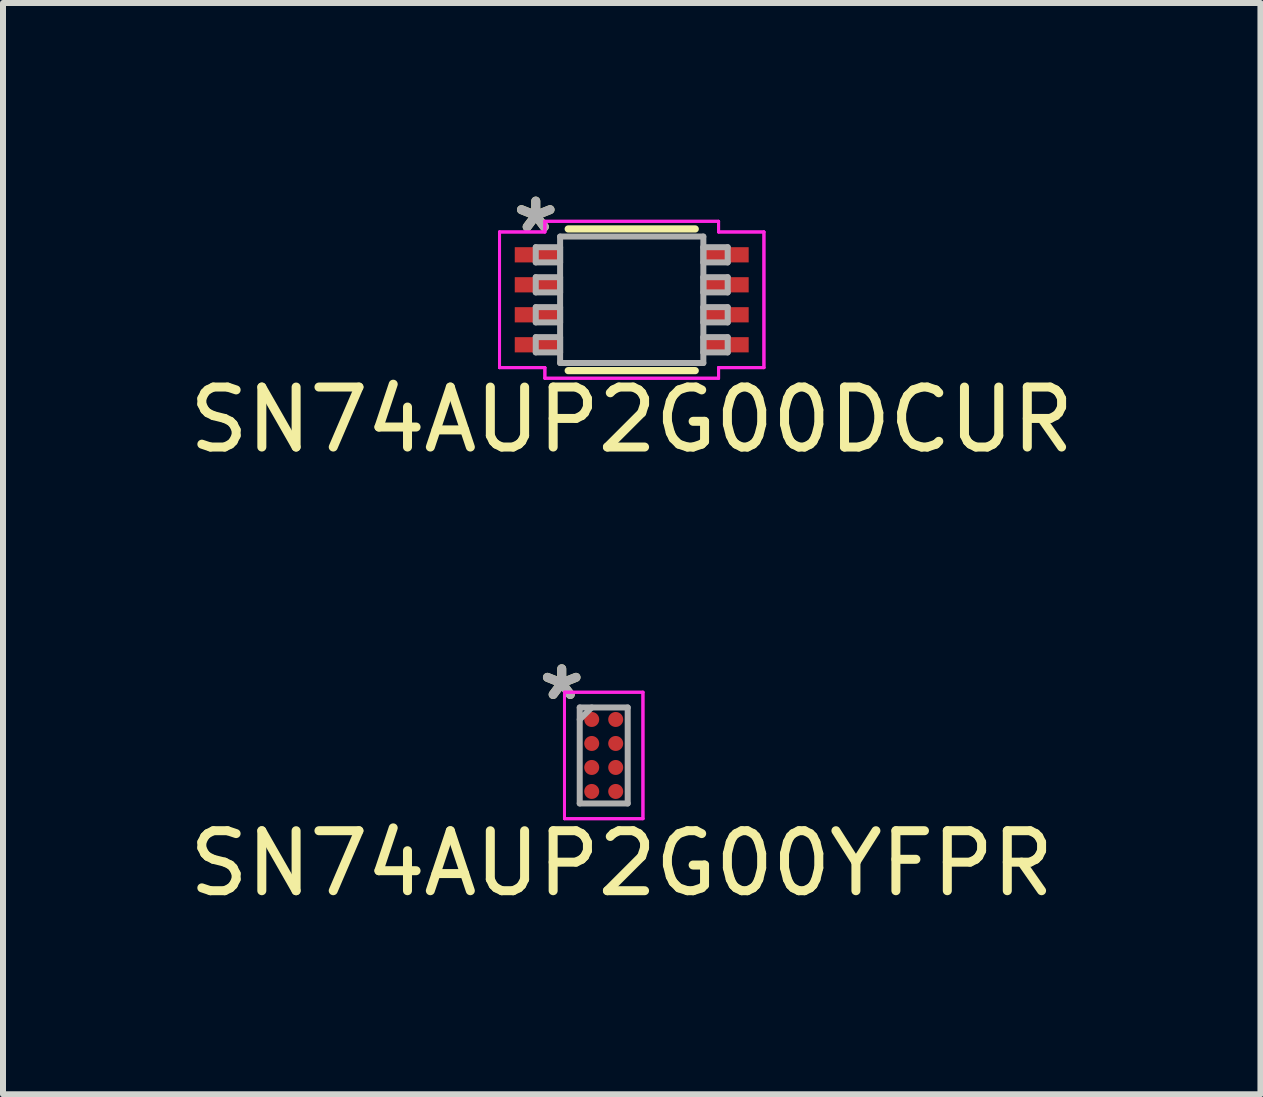
<source format=kicad_pcb>
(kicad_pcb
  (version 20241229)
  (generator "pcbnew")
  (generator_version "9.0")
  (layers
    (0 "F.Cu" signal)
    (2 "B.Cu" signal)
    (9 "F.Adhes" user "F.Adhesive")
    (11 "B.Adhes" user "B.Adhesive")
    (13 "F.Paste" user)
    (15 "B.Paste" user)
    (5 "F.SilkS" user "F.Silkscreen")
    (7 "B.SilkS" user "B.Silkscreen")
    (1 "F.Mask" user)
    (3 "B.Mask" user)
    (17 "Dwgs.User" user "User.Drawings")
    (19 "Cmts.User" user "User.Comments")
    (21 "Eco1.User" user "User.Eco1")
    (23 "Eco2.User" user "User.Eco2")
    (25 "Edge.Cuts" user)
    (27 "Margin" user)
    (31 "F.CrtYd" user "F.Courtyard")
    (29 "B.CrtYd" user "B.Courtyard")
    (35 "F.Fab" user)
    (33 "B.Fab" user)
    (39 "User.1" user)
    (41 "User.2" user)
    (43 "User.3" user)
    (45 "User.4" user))
  (footprint "SN74AUP2G00DCUR"
    (layer "F.Cu")
    (at 7.482 1.948)
    (property "Reference" "SN74AUP2G00DCUR" (at 0 2 0) (layer "F.SilkS") (effects (font (size 1 1) (thickness 0.15))))
    (attr through_hole)
    (fp_line (start -1.059 1.181) (end 1.059 1.181) (stroke (width 0.12) (type solid)) (layer "F.SilkS"))
    (fp_line (start 1.059 -1.181) (end -1.059 -1.181) (stroke (width 0.12) (type solid)) (layer "F.SilkS"))
    (fp_line (start -2.204 -1.131) (end -1.448 -1.131) (stroke (width 0.05) (type solid)) (layer "F.CrtYd"))
    (fp_line (start -2.204 -1.131) (end -1.448 -1.131) (stroke (width 0.05) (type solid)) (layer "F.CrtYd"))
    (fp_line (start -2.204 1.131) (end -2.204 -1.131) (stroke (width 0.05) (type solid)) (layer "F.CrtYd"))
    (fp_line (start -2.204 1.131) (end -2.204 -1.131) (stroke (width 0.05) (type solid)) (layer "F.CrtYd"))
    (fp_line (start -2.204 1.131) (end -1.448 1.131) (stroke (width 0.05) (type solid)) (layer "F.CrtYd"))
    (fp_line (start -1.448 -1.308) (end 1.448 -1.308) (stroke (width 0.05) (type solid)) (layer "F.CrtYd"))
    (fp_line (start -1.448 -1.308) (end 1.448 -1.308) (stroke (width 0.05) (type solid)) (layer "F.CrtYd"))
    (fp_line (start -1.448 -1.131) (end -1.448 -1.308) (stroke (width 0.05) (type solid)) (layer "F.CrtYd"))
    (fp_line (start -1.448 -1.131) (end -1.448 -1.308) (stroke (width 0.05) (type solid)) (layer "F.CrtYd"))
    (fp_line (start -1.448 1.131) (end -2.204 1.131) (stroke (width 0.05) (type solid)) (layer "F.CrtYd"))
    (fp_line (start -1.448 1.308) (end -1.448 1.131) (stroke (width 0.05) (type solid)) (layer "F.CrtYd"))
    (fp_line (start -1.448 1.308) (end -1.448 1.131) (stroke (width 0.05) (type solid)) (layer "F.CrtYd"))
    (fp_line (start 1.448 -1.308) (end 1.448 -1.131) (stroke (width 0.05) (type solid)) (layer "F.CrtYd"))
    (fp_line (start 1.448 -1.308) (end 1.448 -1.131) (stroke (width 0.05) (type solid)) (layer "F.CrtYd"))
    (fp_line (start 1.448 -1.131) (end 2.204 -1.131) (stroke (width 0.05) (type solid)) (layer "F.CrtYd"))
    (fp_line (start 1.448 1.131) (end 1.448 1.308) (stroke (width 0.05) (type solid)) (layer "F.CrtYd"))
    (fp_line (start 1.448 1.131) (end 1.448 1.308) (stroke (width 0.05) (type solid)) (layer "F.CrtYd"))
    (fp_line (start 1.448 1.308) (end -1.448 1.308) (stroke (width 0.05) (type solid)) (layer "F.CrtYd"))
    (fp_line (start 1.448 1.308) (end -1.448 1.308) (stroke (width 0.05) (type solid)) (layer "F.CrtYd"))
    (fp_line (start 2.204 -1.131) (end 1.448 -1.131) (stroke (width 0.05) (type solid)) (layer "F.CrtYd"))
    (fp_line (start 2.204 -1.131) (end 2.204 1.131) (stroke (width 0.05) (type solid)) (layer "F.CrtYd"))
    (fp_line (start 2.204 -1.131) (end 2.204 1.131) (stroke (width 0.05) (type solid)) (layer "F.CrtYd"))
    (fp_line (start 2.204 1.131) (end 1.448 1.131) (stroke (width 0.05) (type solid)) (layer "F.CrtYd"))
    (fp_line (start 2.204 1.131) (end 1.448 1.131) (stroke (width 0.05) (type solid)) (layer "F.CrtYd"))
    (fp_line (start -1.6 -0.877) (end -1.6 -0.623) (stroke (width 0.1) (type solid)) (layer "F.Fab"))
    (fp_line (start -1.6 -0.623) (end -1.194 -0.623) (stroke (width 0.1) (type solid)) (layer "F.Fab"))
    (fp_line (start -1.6 -0.377) (end -1.6 -0.123) (stroke (width 0.1) (type solid)) (layer "F.Fab"))
    (fp_line (start -1.6 -0.123) (end -1.194 -0.123) (stroke (width 0.1) (type solid)) (layer "F.Fab"))
    (fp_line (start -1.6 0.123) (end -1.6 0.377) (stroke (width 0.1) (type solid)) (layer "F.Fab"))
    (fp_line (start -1.6 0.377) (end -1.194 0.377) (stroke (width 0.1) (type solid)) (layer "F.Fab"))
    (fp_line (start -1.6 0.623) (end -1.6 0.877) (stroke (width 0.1) (type solid)) (layer "F.Fab"))
    (fp_line (start -1.6 0.877) (end -1.194 0.877) (stroke (width 0.1) (type solid)) (layer "F.Fab"))
    (fp_line (start -1.194 -1.054) (end -1.194 1.054) (stroke (width 0.1) (type solid)) (layer "F.Fab"))
    (fp_line (start -1.194 -0.877) (end -1.6 -0.877) (stroke (width 0.1) (type solid)) (layer "F.Fab"))
    (fp_line (start -1.194 -0.623) (end -1.194 -0.877) (stroke (width 0.1) (type solid)) (layer "F.Fab"))
    (fp_line (start -1.194 -0.377) (end -1.6 -0.377) (stroke (width 0.1) (type solid)) (layer "F.Fab"))
    (fp_line (start -1.194 -0.123) (end -1.194 -0.377) (stroke (width 0.1) (type solid)) (layer "F.Fab"))
    (fp_line (start -1.194 0.123) (end -1.6 0.123) (stroke (width 0.1) (type solid)) (layer "F.Fab"))
    (fp_line (start -1.194 0.377) (end -1.194 0.123) (stroke (width 0.1) (type solid)) (layer "F.Fab"))
    (fp_line (start -1.194 0.623) (end -1.6 0.623) (stroke (width 0.1) (type solid)) (layer "F.Fab"))
    (fp_line (start -1.194 0.877) (end -1.194 0.623) (stroke (width 0.1) (type solid)) (layer "F.Fab"))
    (fp_line (start -1.194 1.054) (end 1.194 1.054) (stroke (width 0.1) (type solid)) (layer "F.Fab"))
    (fp_line (start 1.194 -1.054) (end -1.194 -1.054) (stroke (width 0.1) (type solid)) (layer "F.Fab"))
    (fp_line (start 1.194 -0.877) (end 1.194 -0.623) (stroke (width 0.1) (type solid)) (layer "F.Fab"))
    (fp_line (start 1.194 -0.623) (end 1.6 -0.623) (stroke (width 0.1) (type solid)) (layer "F.Fab"))
    (fp_line (start 1.194 -0.377) (end 1.194 -0.123) (stroke (width 0.1) (type solid)) (layer "F.Fab"))
    (fp_line (start 1.194 -0.123) (end 1.6 -0.123) (stroke (width 0.1) (type solid)) (layer "F.Fab"))
    (fp_line (start 1.194 0.123) (end 1.194 0.377) (stroke (width 0.1) (type solid)) (layer "F.Fab"))
    (fp_line (start 1.194 0.377) (end 1.6 0.377) (stroke (width 0.1) (type solid)) (layer "F.Fab"))
    (fp_line (start 1.194 0.623) (end 1.194 0.877) (stroke (width 0.1) (type solid)) (layer "F.Fab"))
    (fp_line (start 1.194 0.877) (end 1.6 0.877) (stroke (width 0.1) (type solid)) (layer "F.Fab"))
    (fp_line (start 1.194 1.054) (end 1.194 -1.054) (stroke (width 0.1) (type solid)) (layer "F.Fab"))
    (fp_line (start 1.6 -0.877) (end 1.194 -0.877) (stroke (width 0.1) (type solid)) (layer "F.Fab"))
    (fp_line (start 1.6 -0.623) (end 1.6 -0.877) (stroke (width 0.1) (type solid)) (layer "F.Fab"))
    (fp_line (start 1.6 -0.377) (end 1.194 -0.377) (stroke (width 0.1) (type solid)) (layer "F.Fab"))
    (fp_line (start 1.6 -0.123) (end 1.6 -0.377) (stroke (width 0.1) (type solid)) (layer "F.Fab"))
    (fp_line (start 1.6 0.123) (end 1.194 0.123) (stroke (width 0.1) (type solid)) (layer "F.Fab"))
    (fp_line (start 1.6 0.377) (end 1.6 0.123) (stroke (width 0.1) (type solid)) (layer "F.Fab"))
    (fp_line (start 1.6 0.623) (end 1.194 0.623) (stroke (width 0.1) (type solid)) (layer "F.Fab"))
    (fp_line (start 1.6 0.877) (end 1.6 0.623) (stroke (width 0.1) (type solid)) (layer "F.Fab"))
    (fp_text user "*" (at -1.6 -1.1 0) (layer "F.SilkS") (effects (font (size 1 1) (thickness 0.15))))
    (fp_text user "*" (at -1.6 -1.1 0) (layer "F.Fab") (effects (font (size 1 1) (thickness 0.15))))
    (pad "1" smd rect (at -1.572 -0.75) (size 0.756 0.254) (layers "F.Cu" "F.Mask" "F.Paste"))
    (pad "2" smd rect (at -1.572 -0.25) (size 0.756 0.254) (layers "F.Cu" "F.Mask" "F.Paste"))
    (pad "3" smd rect (at -1.572 0.25) (size 0.756 0.254) (layers "F.Cu" "F.Mask" "F.Paste"))
    (pad "4" smd rect (at -1.572 0.75) (size 0.756 0.254) (layers "F.Cu" "F.Mask" "F.Paste"))
    (pad "5" smd rect (at 1.572 0.75) (size 0.756 0.254) (layers "F.Cu" "F.Mask" "F.Paste"))
    (pad "6" smd rect (at 1.572 0.25) (size 0.756 0.254) (layers "F.Cu" "F.Mask" "F.Paste"))
    (pad "7" smd rect (at 1.572 -0.25) (size 0.756 0.254) (layers "F.Cu" "F.Mask" "F.Paste"))
    (pad "8" smd rect (at 1.572 -0.75) (size 0.756 0.254) (layers "F.Cu" "F.Mask" "F.Paste")))
  (footprint "SN74AUP2G00YFPR"
    (layer "F.Cu")
    (at 7.015 9.545)
    (property "Reference" "SN74AUP2G00YFPR" (at 0.3 1.8 0) (layer "F.SilkS") (effects (font (size 1 1) (thickness 0.15))))
    (attr through_hole)
    (fp_line (start -0.654 -1.054) (end 0.654 -1.054) (stroke (width 0.05) (type solid)) (layer "F.CrtYd"))
    (fp_line (start -0.654 -1.054) (end 0.654 -1.054) (stroke (width 0.05) (type solid)) (layer "F.CrtYd"))
    (fp_line (start -0.654 1.054) (end -0.654 -1.054) (stroke (width 0.05) (type solid)) (layer "F.CrtYd"))
    (fp_line (start -0.654 1.054) (end -0.654 -1.054) (stroke (width 0.05) (type solid)) (layer "F.CrtYd"))
    (fp_line (start 0.654 -1.054) (end 0.654 1.054) (stroke (width 0.05) (type solid)) (layer "F.CrtYd"))
    (fp_line (start 0.654 -1.054) (end 0.654 1.054) (stroke (width 0.05) (type solid)) (layer "F.CrtYd"))
    (fp_line (start 0.654 1.054) (end -0.654 1.054) (stroke (width 0.05) (type solid)) (layer "F.CrtYd"))
    (fp_line (start 0.654 1.054) (end -0.654 1.054) (stroke (width 0.05) (type solid)) (layer "F.CrtYd"))
    (fp_line (start -0.4 -0.8) (end -0.4 0.8) (stroke (width 0.1) (type solid)) (layer "F.Fab"))
    (fp_line (start -0.4 0.8) (end 0.4 0.8) (stroke (width 0.1) (type solid)) (layer "F.Fab"))
    (fp_line (start -0.2 -0.8) (end -0.4 -0.6) (stroke (width 0.1) (type solid)) (layer "F.Fab"))
    (fp_line (start 0.4 -0.8) (end -0.4 -0.8) (stroke (width 0.1) (type solid)) (layer "F.Fab"))
    (fp_line (start 0.4 0.8) (end 0.4 -0.8) (stroke (width 0.1) (type solid)) (layer "F.Fab"))
    (fp_text user "*" (at -0.7 -0.9 0) (layer "F.SilkS") (effects (font (size 1 1) (thickness 0.15))))
    (fp_text user "*" (at -0.7 -0.9 0) (layer "F.Fab") (effects (font (size 1 1) (thickness 0.15))))
    (pad "A1" smd circle (at -0.2 -0.6) (size 0.25 0.25) (layers "F.Cu" "F.Mask" "F.Paste"))
    (pad "A2" smd circle (at 0.2 -0.6) (size 0.25 0.25) (layers "F.Cu" "F.Mask" "F.Paste"))
    (pad "B1" smd circle (at -0.2 -0.2) (size 0.25 0.25) (layers "F.Cu" "F.Mask" "F.Paste"))
    (pad "B2" smd circle (at 0.2 -0.2) (size 0.25 0.25) (layers "F.Cu" "F.Mask" "F.Paste"))
    (pad "C1" smd circle (at -0.2 0.2) (size 0.25 0.25) (layers "F.Cu" "F.Mask" "F.Paste"))
    (pad "C2" smd circle (at 0.2 0.2) (size 0.25 0.25) (layers "F.Cu" "F.Mask" "F.Paste"))
    (pad "D1" smd circle (at -0.2 0.6) (size 0.25 0.25) (layers "F.Cu" "F.Mask" "F.Paste"))
    (pad "D2" smd circle (at 0.2 0.6) (size 0.25 0.25) (layers "F.Cu" "F.Mask" "F.Paste")))
  (gr_rect
    (start -3 -3)
    (end 17.964 15.193)
    (stroke (width 0.1) (type default))
    (fill no)
    (layer "Edge.Cuts")))
</source>
